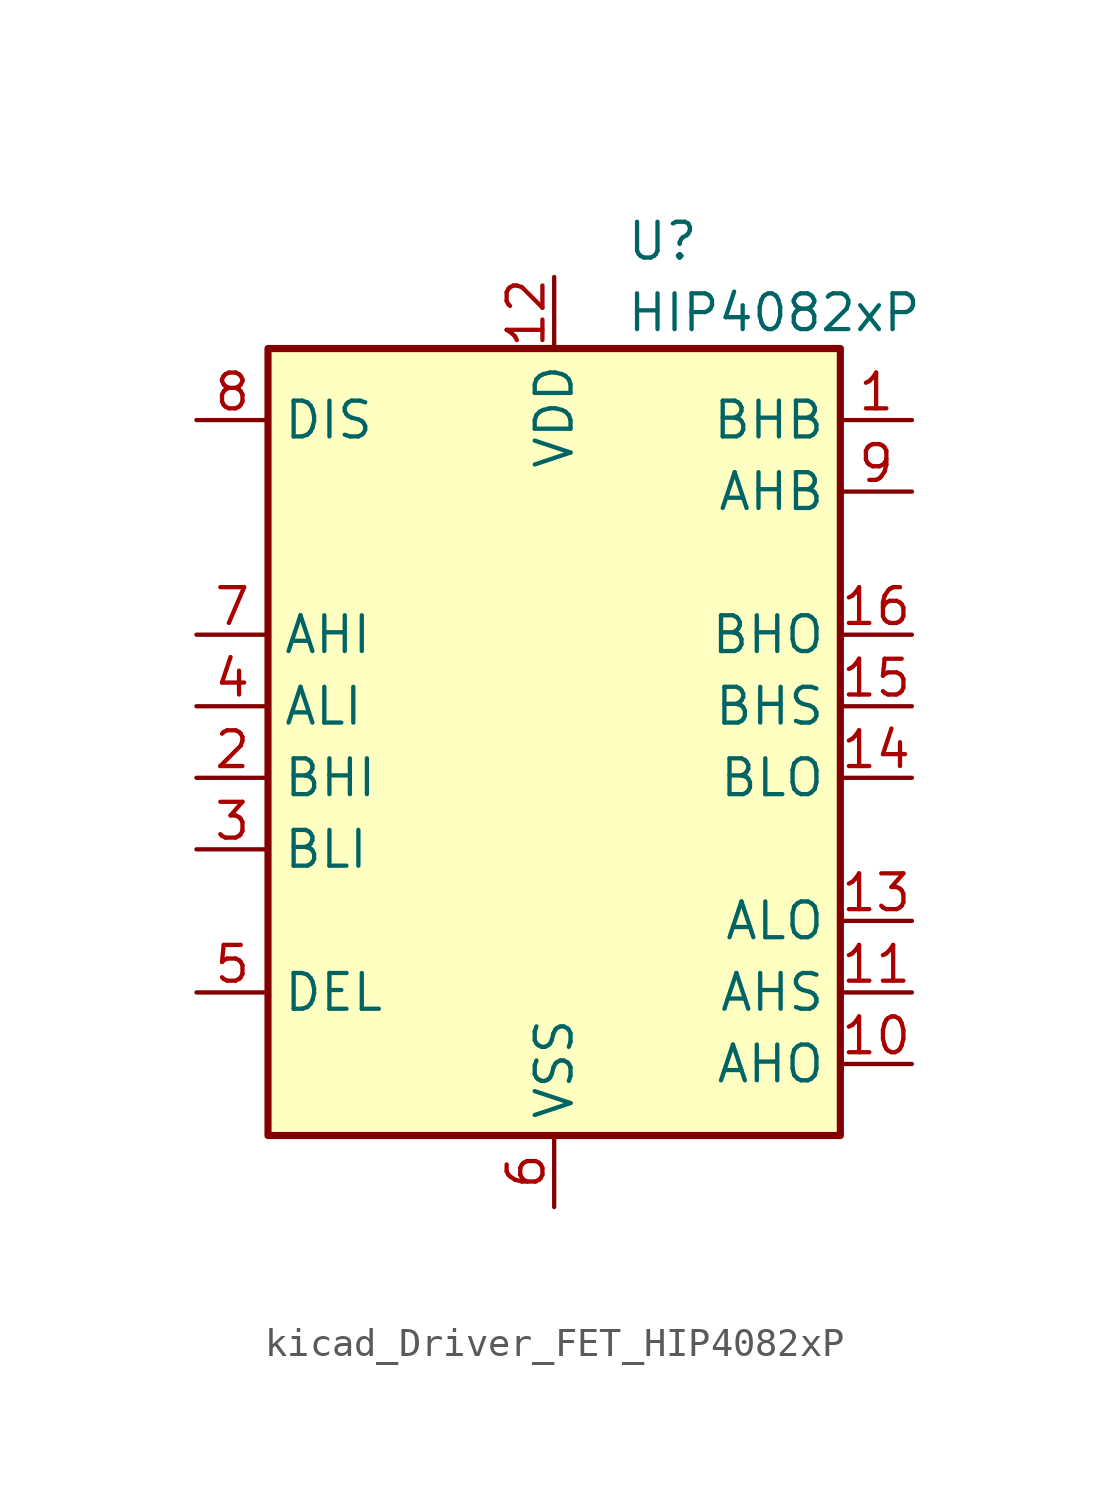
<source format=kicad_sym>
(kicad_symbol_lib
  (version 20220914)
  (generator kicad_symbol_editor)
  (symbol "kicad_Driver_FET_HIP4082xP"
    (property "Reference" "U"
      (at 2.54 16.51 0)
      (effects (font (size 1.27 1.27)) (justify left)))
    (property "Value" "HIP4082xP"
      (at 2.54 13.97 0)
      (effects (font (size 1.27 1.27)) (justify left)))
    (symbol "kicad_Driver_FET_HIP4082xP_0_0"
      (pin passive line (at -12.7 -10.16 0) (length 2.54) (name "DEL" (effects (font (size 1.27 1.27)))) (number "5" (effects (font (size 1.27 1.27))))))
    (symbol "kicad_Driver_FET_HIP4082xP_1_1"
      (rectangle (start -10.16 -15.24) (end 10.16 12.7) (stroke (width 0.254) (type default)) (fill (type background)))
      (pin input line (at 12.7 10.16 180) (length 2.54) (name "BHB" (effects (font (size 1.27 1.27)))) (number "1" (effects (font (size 1.27 1.27)))))
      (pin output line (at 12.7 -12.7 180) (length 2.54) (name "AHO" (effects (font (size 1.27 1.27)))) (number "10" (effects (font (size 1.27 1.27)))))
      (pin passive line (at 12.7 -10.16 180) (length 2.54) (name "AHS" (effects (font (size 1.27 1.27)))) (number "11" (effects (font (size 1.27 1.27)))))
      (pin power_in line (at 0 15.24 270) (length 2.54) (name "VDD" (effects (font (size 1.27 1.27)))) (number "12" (effects (font (size 1.27 1.27)))))
      (pin output line (at 12.7 -7.62 180) (length 2.54) (name "ALO" (effects (font (size 1.27 1.27)))) (number "13" (effects (font (size 1.27 1.27)))))
      (pin output line (at 12.7 -2.54 180) (length 2.54) (name "BLO" (effects (font (size 1.27 1.27)))) (number "14" (effects (font (size 1.27 1.27)))))
      (pin passive line (at 12.7 0 180) (length 2.54) (name "BHS" (effects (font (size 1.27 1.27)))) (number "15" (effects (font (size 1.27 1.27)))))
      (pin output line (at 12.7 2.54 180) (length 2.54) (name "BHO" (effects (font (size 1.27 1.27)))) (number "16" (effects (font (size 1.27 1.27)))))
      (pin input line (at -12.7 -2.54 0) (length 2.54) (name "BHI" (effects (font (size 1.27 1.27)))) (number "2" (effects (font (size 1.27 1.27)))))
      (pin input line (at -12.7 -5.08 0) (length 2.54) (name "BLI" (effects (font (size 1.27 1.27)))) (number "3" (effects (font (size 1.27 1.27)))))
      (pin input line (at -12.7 0 0) (length 2.54) (name "ALI" (effects (font (size 1.27 1.27)))) (number "4" (effects (font (size 1.27 1.27)))))
      (pin power_in line (at 0 -17.78 90) (length 2.54) (name "VSS" (effects (font (size 1.27 1.27)))) (number "6" (effects (font (size 1.27 1.27)))))
      (pin input line (at -12.7 2.54 0) (length 2.54) (name "AHI" (effects (font (size 1.27 1.27)))) (number "7" (effects (font (size 1.27 1.27)))))
      (pin input line (at -12.7 10.16 0) (length 2.54) (name "DIS" (effects (font (size 1.27 1.27)))) (number "8" (effects (font (size 1.27 1.27)))))
      (pin input line (at 12.7 7.62 180) (length 2.54) (name "AHB" (effects (font (size 1.27 1.27)))) (number "9" (effects (font (size 1.27 1.27))))))))
</source>
